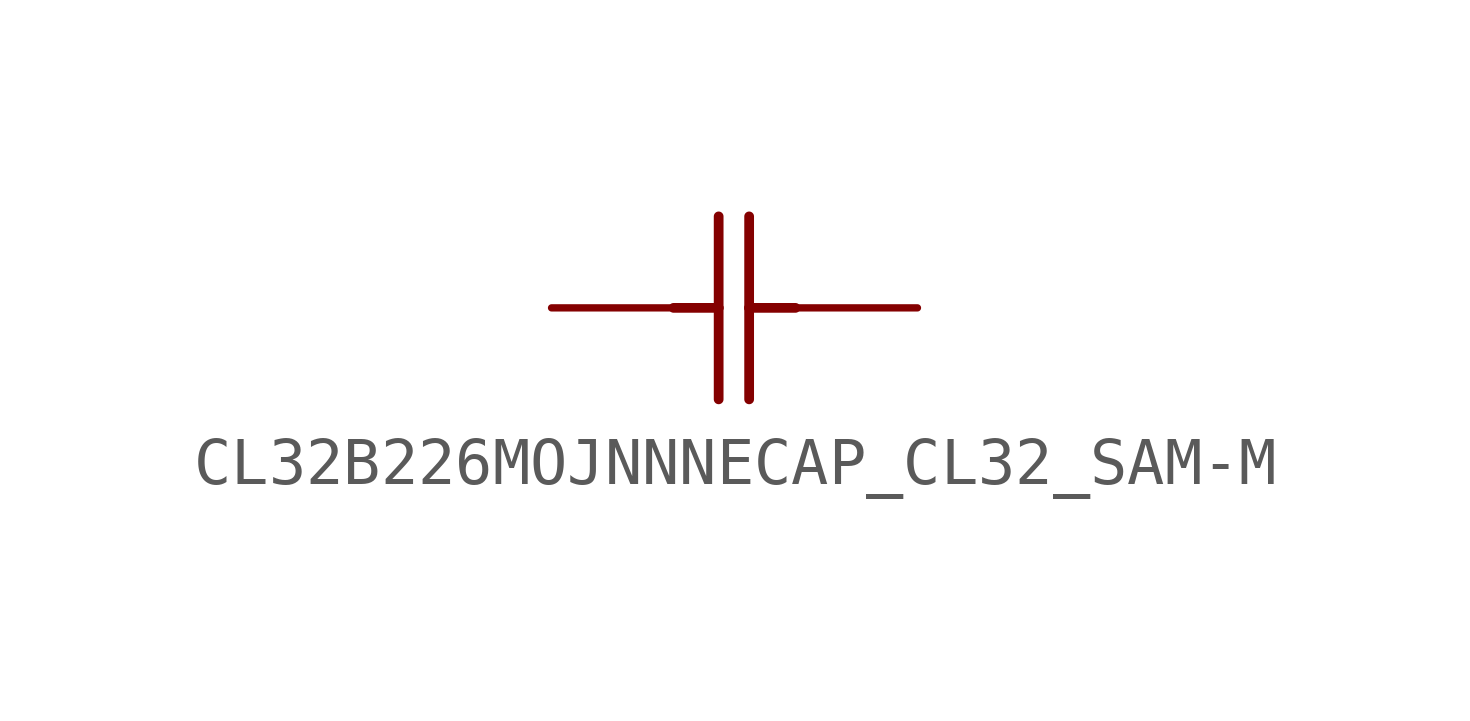
<source format=kicad_sym>
(kicad_symbol_lib
  (version 20220914)
  (generator kicad_symbol_editor)
  (symbol "CL32B226MOJNNNECAP_CL32_SAM-M"
    (property "Reference" "C"
      (at -4.089 2.083 0)
      (effects (font (size 3.48 2.958)) (justify left bottom) hide))
    (property "ki_locked" ""
      (at 0 0 0)
      (effects (font (size 1.27 1.27))))
    (symbol "CL32B226MOJNNNECAP_CL32_SAM-M_1_0"
      (polyline (pts (xy 2.54 0) (xy 3.48 0)) (stroke (width 0.203) (type solid)) (fill (type none)))
      (polyline (pts (xy 3.48 -1.905) (xy 3.48 0)) (stroke (width 0.203) (type solid)) (fill (type none)))
      (polyline (pts (xy 3.48 0) (xy 3.48 1.905)) (stroke (width 0.203) (type solid)) (fill (type none)))
      (polyline (pts (xy 4.115 -1.905) (xy 4.115 0)) (stroke (width 0.203) (type solid)) (fill (type none)))
      (polyline (pts (xy 4.115 0) (xy 4.115 1.905)) (stroke (width 0.203) (type solid)) (fill (type none)))
      (polyline (pts (xy 4.115 0) (xy 5.08 0)) (stroke (width 0.203) (type solid)) (fill (type none)))
      (pin passive line (at 0 0 0) (length 2.54) (name "1" (effects (font (size 0 0)))) (number "1" (effects (font (size 0 0)))))
      (pin passive line (at 7.62 0 180) (length 2.54) (name "2" (effects (font (size 0 0)))) (number "2" (effects (font (size 0 0))))))))
</source>
